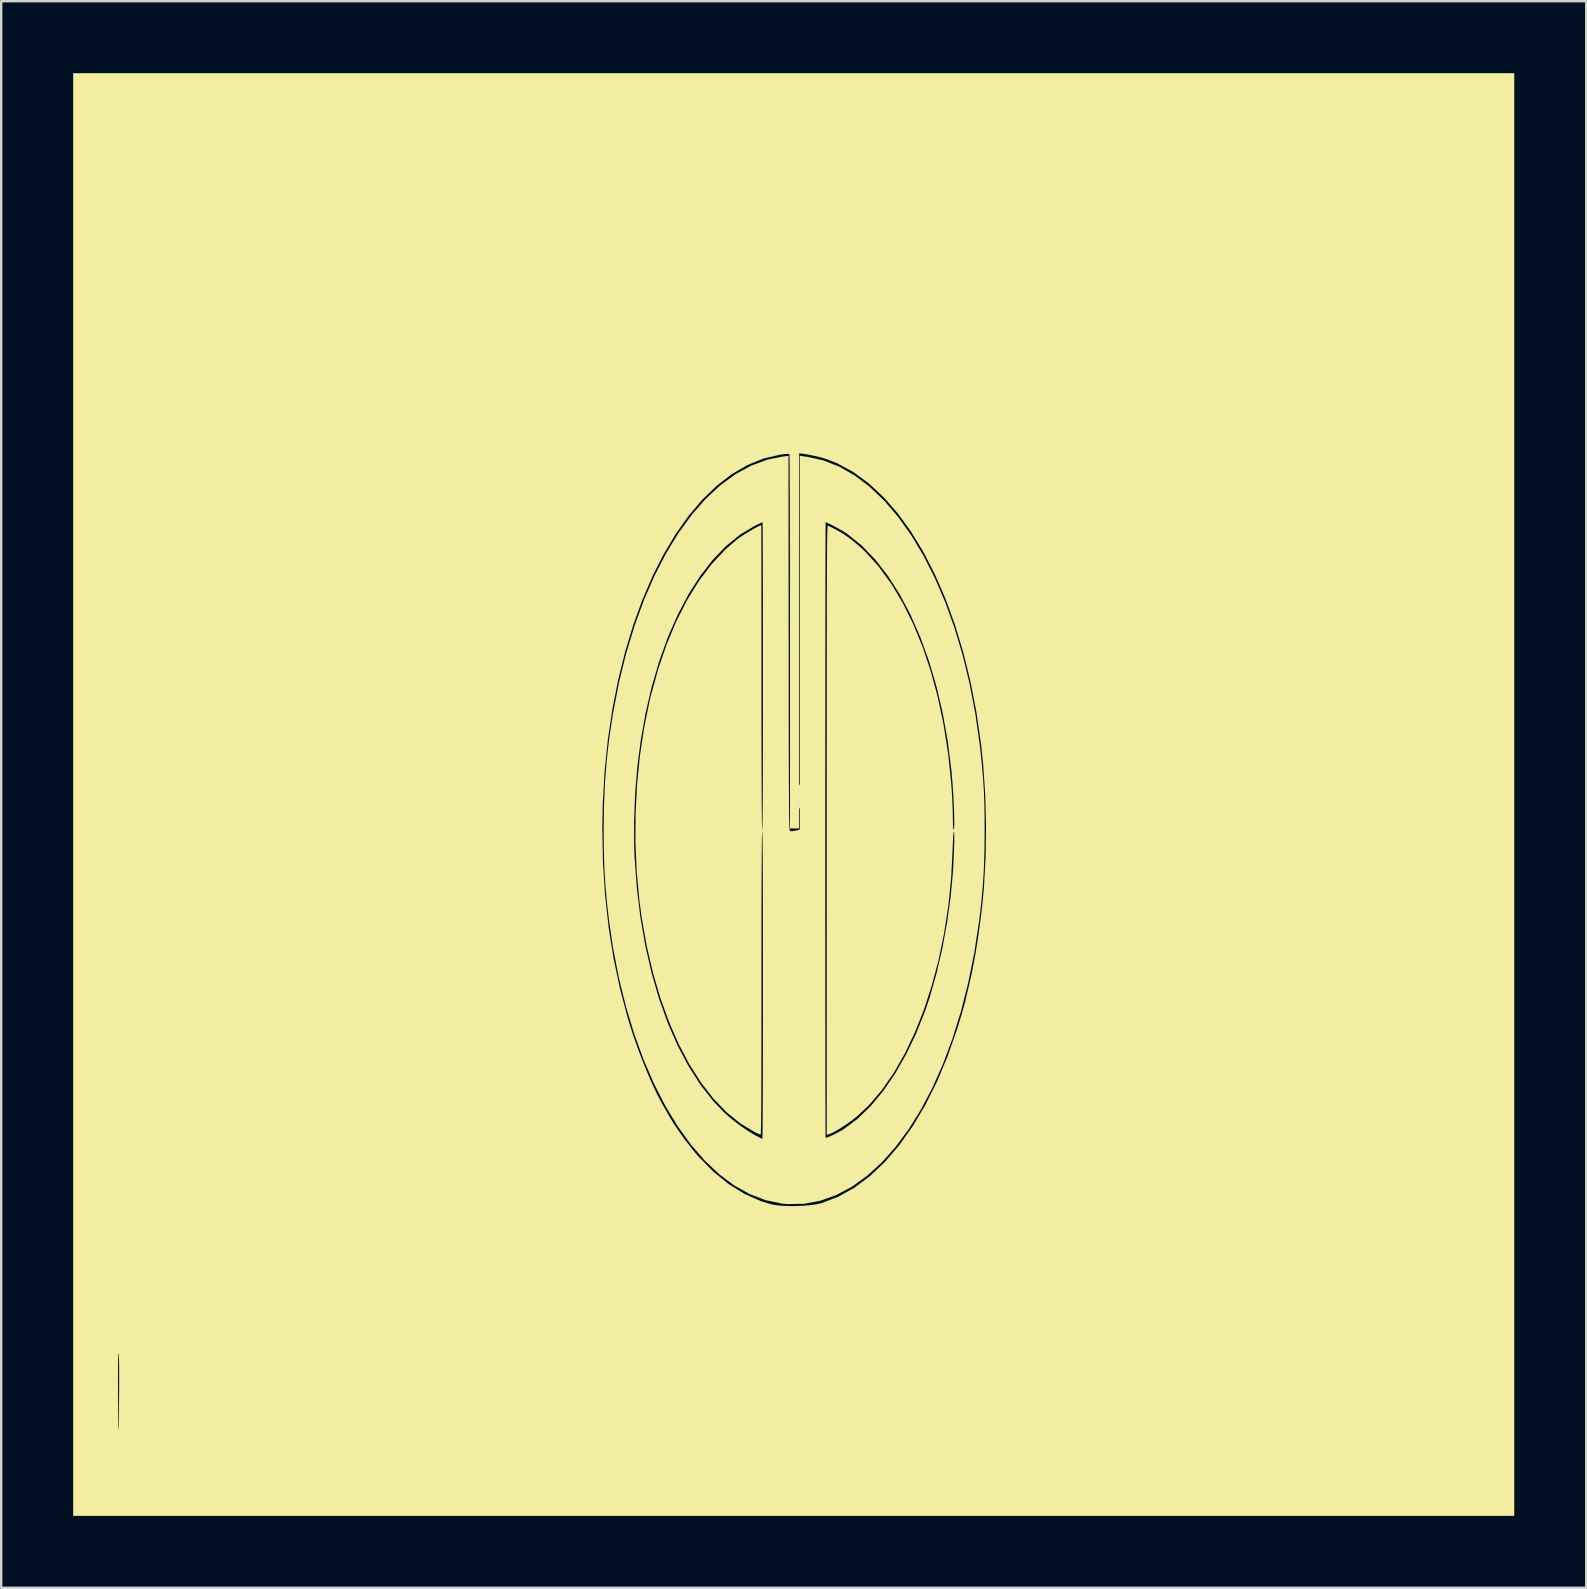
<source format=kicad_pcb>
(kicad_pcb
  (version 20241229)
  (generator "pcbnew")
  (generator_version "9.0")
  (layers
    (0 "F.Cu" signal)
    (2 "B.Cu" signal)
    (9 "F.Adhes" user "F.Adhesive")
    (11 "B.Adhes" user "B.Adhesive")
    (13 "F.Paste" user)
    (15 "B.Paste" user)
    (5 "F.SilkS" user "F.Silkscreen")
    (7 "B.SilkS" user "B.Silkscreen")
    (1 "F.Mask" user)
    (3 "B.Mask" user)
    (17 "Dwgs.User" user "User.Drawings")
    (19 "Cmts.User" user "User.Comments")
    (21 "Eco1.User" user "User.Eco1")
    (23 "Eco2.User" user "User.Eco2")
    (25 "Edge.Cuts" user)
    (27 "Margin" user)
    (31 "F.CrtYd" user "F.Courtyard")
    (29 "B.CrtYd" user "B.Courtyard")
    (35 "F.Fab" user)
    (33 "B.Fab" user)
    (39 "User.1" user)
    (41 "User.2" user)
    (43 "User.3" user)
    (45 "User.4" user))
  (footprint "kaux"
    (layer "F.Cu")
    (at 30.03 30.063)
    (property "Reference" "kaux" (at 0 0 0) (layer "F.SilkS") (effects (font (size 1.524 1.524) (thickness 0.3))))
    (attr board_only exclude_from_pos_files exclude_from_bom)
    (fp_poly (pts (xy 30.03 30.063) (xy -30.03 30.063) (xy -30.03 24.222) (xy -28.161 24.222) (xy -28.16 24.734) (xy -28.16 24.817) (xy -28.157 25.24) (xy -28.155 25.623) (xy -28.154 25.948) (xy -28.153 26.199) (xy -28.152 26.358) (xy -28.152 26.407) (xy -28.142 26.441) (xy -28.139 26.436) (xy -28.135 26.37) (xy -28.13 26.198) (xy -28.126 25.936) (xy -28.122 25.601) (xy -28.118 25.211) (xy -28.115 24.846) (xy -28.113 24.312) (xy -28.114 23.885) (xy -28.118 23.57) (xy -28.125 23.368) (xy -28.135 23.285) (xy -28.137 23.283) (xy -28.147 23.344) (xy -28.155 23.523) (xy -28.16 23.817) (xy -28.161 24.222) (xy -30.03 24.222) (xy -30.03 1.442) (xy -7.978 1.442) (xy -7.95 2.844) (xy -7.862 4.209) (xy -7.714 5.539) (xy -7.507 6.836) (xy -7.239 8.102) (xy -6.91 9.34) (xy -6.85 9.54) (xy -6.689 10.041) (xy -6.501 10.572) (xy -6.298 11.108) (xy -6.086 11.628) (xy -5.877 12.109) (xy -5.679 12.526) (xy -5.507 12.85) (xy -5.43 12.984) (xy -5.327 13.164) (xy -5.219 13.354) (xy -5.206 13.377) (xy -5.005 13.708) (xy -4.764 14.068) (xy -4.498 14.436) (xy -4.222 14.789) (xy -3.988 15.068) (xy -3.368 15.703) (xy -2.72 16.231) (xy -2.047 16.648) (xy -1.356 16.953) (xy -0.907 17.086) (xy -0.709 17.121) (xy -0.464 17.143) (xy -0.187 17.153) (xy 0.106 17.152) (xy 0.401 17.139) (xy 0.681 17.115) (xy 0.932 17.081) (xy 1.138 17.036) (xy 1.157 17.031) (xy 1.853 16.766) (xy 2.529 16.388) (xy 3.18 15.901) (xy 3.804 15.31) (xy 4.398 14.617) (xy 4.958 13.827) (xy 5.483 12.945) (xy 5.969 11.973) (xy 6.412 10.917) (xy 6.81 9.779) (xy 6.923 9.412) (xy 7.006 9.131) (xy 7.077 8.888) (xy 7.13 8.701) (xy 7.159 8.591) (xy 7.163 8.571) (xy 7.176 8.503) (xy 7.211 8.35) (xy 7.262 8.139) (xy 7.298 7.993) (xy 7.435 7.383) (xy 7.567 6.683) (xy 7.689 5.926) (xy 7.796 5.144) (xy 7.883 4.37) (xy 7.929 3.853) (xy 7.998 2.601) (xy 8.016 1.315) (xy 7.982 0.023) (xy 7.897 -1.245) (xy 7.808 -2.091) (xy 7.617 -3.417) (xy 7.371 -4.69) (xy 7.073 -5.906) (xy 6.726 -7.059) (xy 6.331 -8.145) (xy 5.893 -9.158) (xy 5.413 -10.094) (xy 4.895 -10.948) (xy 4.341 -11.713) (xy 3.754 -12.386) (xy 3.137 -12.962) (xy 2.492 -13.435) (xy 1.821 -13.801) (xy 1.349 -13.986) (xy 1.217 -14.026) (xy 1.06 -14.067) (xy 0.89 -14.107) (xy 0.718 -14.144) (xy 0.555 -14.175) (xy 0.413 -14.199) (xy 0.304 -14.212) (xy 0.239 -14.213) (xy 0.226 -14.207) (xy 0.225 -14.145) (xy 0.224 -13.968) (xy 0.223 -13.682) (xy 0.223 -13.295) (xy 0.222 -12.815) (xy 0.221 -12.249) (xy 0.22 -11.604) (xy 0.22 -10.888) (xy 0.219 -10.107) (xy 0.219 -9.269) (xy 0.219 -8.382) (xy 0.219 -7.452) (xy 0.219 -6.487) (xy 0.219 -6.39) (xy 0.219 1.411) (xy -0.156 1.411) (xy -0.156 -6.377) (xy -0.157 -7.344) (xy -0.157 -8.278) (xy -0.158 -9.169) (xy -0.159 -10.012) (xy -0.161 -10.799) (xy -0.162 -11.522) (xy -0.164 -12.174) (xy -0.166 -12.749) (xy -0.169 -13.237) (xy -0.171 -13.633) (xy -0.174 -13.929) (xy -0.177 -14.118) (xy -0.18 -14.191) (xy -0.18 -14.192) (xy -0.219 -14.198) (xy -0.306 -14.195) (xy -0.43 -14.183) (xy -0.563 -14.165) (xy -1.26 -14.003) (xy -1.936 -13.728) (xy -2.589 -13.347) (xy -3.216 -12.863) (xy -3.816 -12.283) (xy -4.385 -11.612) (xy -4.921 -10.854) (xy -5.423 -10.014) (xy -5.887 -9.098) (xy -6.311 -8.11) (xy -6.692 -7.056) (xy -7.029 -5.941) (xy -7.319 -4.77) (xy -7.559 -3.547) (xy -7.748 -2.278) (xy -7.882 -0.969) (xy -7.959 0.377) (xy -7.978 1.442) (xy -30.03 1.442) (xy -30.03 -30.063) (xy 30.03 -30.063)) (stroke (width 0) (type solid)) (fill yes) (layer "F.SilkS"))
    (fp_poly (pts (xy 0.54 -14.077) (xy 1.229 -13.927) (xy 1.901 -13.662) (xy 2.553 -13.288) (xy 3.182 -12.81) (xy 3.785 -12.232) (xy 4.36 -11.559) (xy 4.902 -10.797) (xy 5.41 -9.95) (xy 5.881 -9.023) (xy 6.311 -8.021) (xy 6.698 -6.949) (xy 7.039 -5.811) (xy 7.33 -4.614) (xy 7.57 -3.36) (xy 7.755 -2.057) (xy 7.787 -1.779) (xy 7.848 -1.174) (xy 7.894 -0.631) (xy 7.926 -0.112) (xy 7.946 0.42) (xy 7.955 1.002) (xy 7.956 1.626) (xy 7.947 2.41) (xy 7.924 3.116) (xy 7.883 3.783) (xy 7.823 4.453) (xy 7.74 5.167) (xy 7.727 5.27) (xy 7.526 6.587) (xy 7.272 7.846) (xy 6.968 9.043) (xy 6.616 10.173) (xy 6.219 11.234) (xy 5.781 12.22) (xy 5.303 13.127) (xy 4.79 13.952) (xy 4.243 14.689) (xy 3.666 15.336) (xy 3.062 15.887) (xy 2.434 16.339) (xy 1.784 16.687) (xy 1.115 16.928) (xy 0.431 17.057) (xy -0.267 17.069) (xy -0.469 17.051) (xy -1.156 16.912) (xy -1.827 16.657) (xy -2.478 16.293) (xy -3.107 15.823) (xy -3.712 15.252) (xy -4.288 14.586) (xy -4.833 13.829) (xy -5.344 12.986) (xy -5.818 12.062) (xy -6.252 11.061) (xy -6.643 9.989) (xy -6.988 8.851) (xy -7.285 7.65) (xy -7.529 6.393) (xy -7.694 5.283) (xy -7.785 4.499) (xy -7.851 3.758) (xy -7.894 3.018) (xy -7.916 2.236) (xy -7.922 1.564) (xy -7.916 1.087) (xy -6.654 1.087) (xy -6.649 2.201) (xy -6.631 2.647) (xy -6.537 3.92) (xy -6.386 5.15) (xy -6.179 6.331) (xy -5.92 7.459) (xy -5.609 8.527) (xy -5.249 9.529) (xy -4.842 10.461) (xy -4.389 11.316) (xy -3.893 12.089) (xy -3.356 12.774) (xy -2.93 13.224) (xy -2.705 13.428) (xy -2.447 13.637) (xy -2.174 13.84) (xy -1.899 14.026) (xy -1.64 14.184) (xy -1.413 14.303) (xy -1.306 14.348) (xy -1.303 14.289) (xy -1.3 14.115) (xy -1.297 13.835) (xy -1.294 13.457) (xy -1.292 12.987) (xy -1.289 12.435) (xy -1.287 11.809) (xy -1.286 11.115) (xy -1.284 10.364) (xy -1.283 9.561) (xy -1.283 8.717) (xy -1.283 7.945) (xy -1.283 6.773) (xy -1.284 5.716) (xy -1.285 4.777) (xy -1.287 3.956) (xy -1.29 3.253) (xy -1.292 2.877) (xy 1.314 2.877) (xy 1.314 3.952) (xy 1.314 5.011) (xy 1.315 6.048) (xy 1.315 7.055) (xy 1.315 8.025) (xy 1.316 8.951) (xy 1.317 9.827) (xy 1.318 10.645) (xy 1.318 11.399) (xy 1.319 12.082) (xy 1.321 12.687) (xy 1.322 13.206) (xy 1.323 13.633) (xy 1.325 13.962) (xy 1.326 14.184) (xy 1.328 14.293) (xy 1.329 14.304) (xy 1.364 14.302) (xy 1.446 14.273) (xy 1.562 14.223) (xy 1.698 14.159) (xy 1.842 14.085) (xy 1.979 14.01) (xy 2.08 13.949) (xy 2.645 13.53) (xy 3.195 13) (xy 3.721 12.368) (xy 4.219 11.644) (xy 4.682 10.838) (xy 5.103 9.96) (xy 5.477 9.019) (xy 5.668 8.454) (xy 5.951 7.461) (xy 6.194 6.413) (xy 6.393 5.331) (xy 6.544 4.234) (xy 6.644 3.144) (xy 6.69 2.081) (xy 6.692 2.009) (xy 6.692 1.739) (xy 6.686 1.584) (xy 6.676 1.535) (xy 6.662 1.586) (xy 6.647 1.728) (xy 6.634 1.956) (xy 6.623 2.261) (xy 6.622 2.285) (xy 6.561 3.483) (xy 6.44 4.659) (xy 6.263 5.804) (xy 6.033 6.91) (xy 5.751 7.971) (xy 5.421 8.978) (xy 5.046 9.923) (xy 4.628 10.799) (xy 4.171 11.598) (xy 3.676 12.312) (xy 3.147 12.934) (xy 2.625 13.424) (xy 2.449 13.562) (xy 2.252 13.705) (xy 2.048 13.842) (xy 1.852 13.965) (xy 1.679 14.064) (xy 1.544 14.128) (xy 1.509 14.141) (xy 1.376 14.183) (xy 1.376 1.474) (xy 1.376 0.003) (xy 1.376 -1.35) (xy 1.377 -2.591) (xy 1.377 -3.723) (xy 1.377 -4.752) (xy 1.378 -5.682) (xy 1.378 -6.52) (xy 1.379 -7.269) (xy 1.38 -7.934) (xy 1.381 -8.52) (xy 1.383 -9.033) (xy 1.385 -9.477) (xy 1.387 -9.856) (xy 1.389 -10.177) (xy 1.392 -10.443) (xy 1.395 -10.66) (xy 1.398 -10.832) (xy 1.402 -10.965) (xy 1.406 -11.063) (xy 1.41 -11.131) (xy 1.415 -11.174) (xy 1.421 -11.197) (xy 1.427 -11.205) (xy 1.431 -11.204) (xy 1.486 -11.175) (xy 1.583 -11.127) (xy 1.704 -11.068) (xy 1.739 -11.051) (xy 2.076 -10.859) (xy 2.44 -10.597) (xy 2.813 -10.278) (xy 2.977 -10.122) (xy 3.538 -9.502) (xy 4.06 -8.789) (xy 4.541 -7.989) (xy 4.978 -7.108) (xy 5.37 -6.153) (xy 5.713 -5.13) (xy 6.007 -4.044) (xy 6.247 -2.903) (xy 6.434 -1.712) (xy 6.563 -0.478) (xy 6.586 -0.159) (xy 6.606 0.18) (xy 6.621 0.535) (xy 6.63 0.853) (xy 6.632 0.993) (xy 6.636 1.251) (xy 6.647 1.415) (xy 6.665 1.472) (xy 6.682 1.415) (xy 6.69 1.255) (xy 6.69 1.011) (xy 6.683 0.701) (xy 6.668 0.345) (xy 6.647 -0.039) (xy 6.621 -0.433) (xy 6.59 -0.817) (xy 6.571 -1.016) (xy 6.418 -2.23) (xy 6.209 -3.4) (xy 5.946 -4.518) (xy 5.632 -5.578) (xy 5.271 -6.574) (xy 4.864 -7.5) (xy 4.415 -8.349) (xy 3.926 -9.114) (xy 3.401 -9.79) (xy 2.842 -10.37) (xy 2.252 -10.847) (xy 2.174 -10.9) (xy 2.077 -10.961) (xy 1.949 -11.036) (xy 1.805 -11.116) (xy 1.659 -11.195) (xy 1.524 -11.265) (xy 1.415 -11.318) (xy 1.346 -11.347) (xy 1.332 -11.35) (xy 1.33 -11.29) (xy 1.328 -11.114) (xy 1.327 -10.829) (xy 1.325 -10.443) (xy 1.324 -9.961) (xy 1.322 -9.391) (xy 1.321 -8.74) (xy 1.32 -8.015) (xy 1.319 -7.223) (xy 1.318 -6.37) (xy 1.317 -5.464) (xy 1.316 -4.511) (xy 1.316 -3.519) (xy 1.315 -2.494) (xy 1.315 -1.443) (xy 1.314 -0.374) (xy 1.314 0.707) (xy 1.314 1.793) (xy 1.314 2.877) (xy -1.292 2.877) (xy -1.293 2.67) (xy -1.297 2.206) (xy -1.301 1.863) (xy -1.306 1.64) (xy -1.312 1.54) (xy -1.314 1.534) (xy -1.32 1.595) (xy -1.325 1.778) (xy -1.329 2.083) (xy -1.333 2.508) (xy -1.337 3.053) (xy -1.34 3.718) (xy -1.342 4.501) (xy -1.344 5.402) (xy -1.345 6.42) (xy -1.345 7.555) (xy -1.345 7.853) (xy -1.345 8.959) (xy -1.346 9.946) (xy -1.347 10.819) (xy -1.349 11.581) (xy -1.351 12.236) (xy -1.353 12.788) (xy -1.356 13.242) (xy -1.36 13.601) (xy -1.365 13.87) (xy -1.369 14.051) (xy -1.375 14.15) (xy -1.38 14.172) (xy -1.426 14.158) (xy -1.514 14.121) (xy -1.606 14.078) (xy -2.213 13.716) (xy -2.793 13.247) (xy -3.343 12.676) (xy -3.861 12.008) (xy -4.344 11.251) (xy -4.789 10.41) (xy -5.192 9.49) (xy -5.551 8.498) (xy -5.863 7.439) (xy -6.125 6.32) (xy -6.334 5.146) (xy -6.429 4.442) (xy -6.543 3.241) (xy -6.596 2.02) (xy -6.591 0.792) (xy -6.528 -0.432) (xy -6.407 -1.639) (xy -6.229 -2.815) (xy -5.995 -3.95) (xy -5.958 -4.1) (xy -5.651 -5.218) (xy -5.295 -6.259) (xy -4.892 -7.221) (xy -4.445 -8.101) (xy -3.954 -8.894) (xy -3.422 -9.598) (xy -2.851 -10.21) (xy -2.357 -10.637) (xy -2.257 -10.709) (xy -2.123 -10.798) (xy -1.969 -10.894) (xy -1.807 -10.991) (xy -1.652 -11.081) (xy -1.516 -11.155) (xy -1.412 -11.206) (xy -1.354 -11.227) (xy -1.353 -11.227) (xy -1.352 -11.167) (xy -1.351 -10.993) (xy -1.35 -10.711) (xy -1.349 -10.332) (xy -1.348 -9.862) (xy -1.347 -9.309) (xy -1.347 -8.683) (xy -1.346 -7.99) (xy -1.346 -7.239) (xy -1.345 -6.438) (xy -1.345 -5.595) (xy -1.345 -4.878) (xy -1.345 -3.711) (xy -1.344 -2.661) (xy -1.342 -1.728) (xy -1.34 -0.913) (xy -1.338 -0.216) (xy -1.334 0.362) (xy -1.33 0.82) (xy -1.326 1.157) (xy -1.321 1.374) (xy -1.315 1.468) (xy -1.314 1.472) (xy -1.308 1.411) (xy -1.303 1.228) (xy -1.298 0.923) (xy -1.294 0.498) (xy -1.291 -0.047) (xy -1.288 -0.712) (xy -1.286 -1.495) (xy -1.284 -2.397) (xy -1.283 -3.416) (xy -1.283 -4.551) (xy -1.283 -4.939) (xy -1.283 -5.815) (xy -1.283 -6.655) (xy -1.284 -7.452) (xy -1.285 -8.198) (xy -1.286 -8.884) (xy -1.288 -9.503) (xy -1.29 -10.046) (xy -1.292 -10.506) (xy -1.294 -10.874) (xy -1.296 -11.143) (xy -1.298 -11.304) (xy -1.3 -11.35) (xy -1.336 -11.336) (xy -1.419 -11.298) (xy -1.535 -11.242) (xy -1.625 -11.197) (xy -2.236 -10.832) (xy -2.82 -10.358) (xy -3.375 -9.782) (xy -3.897 -9.11) (xy -4.384 -8.347) (xy -4.833 -7.499) (xy -5.24 -6.572) (xy -5.602 -5.572) (xy -5.915 -4.505) (xy -6.178 -3.377) (xy -6.37 -2.301) (xy -6.514 -1.192) (xy -6.609 -0.054) (xy -6.654 1.087) (xy -7.916 1.087) (xy -7.909 0.504) (xy -7.867 -0.479) (xy -7.795 -1.418) (xy -7.688 -2.348) (xy -7.544 -3.304) (xy -7.532 -3.374) (xy -7.285 -4.653) (xy -6.985 -5.871) (xy -6.636 -7.024) (xy -6.241 -8.108) (xy -5.801 -9.117) (xy -5.322 -10.047) (xy -4.805 -10.893) (xy -4.254 -11.652) (xy -3.672 -12.317) (xy -3.061 -12.885) (xy -2.425 -13.351) (xy -1.767 -13.71) (xy -1.09 -13.958) (xy -0.508 -14.077) (xy -0.219 -14.115) (xy -0.211 -6.307) (xy -0.21 -5.168) (xy -0.209 -4.145) (xy -0.208 -3.233) (xy -0.207 -2.424) (xy -0.205 -1.713) (xy -0.204 -1.093) (xy -0.202 -0.558) (xy -0.2 -0.102) (xy -0.198 0.282) (xy -0.195 0.6) (xy -0.192 0.858) (xy -0.188 1.062) (xy -0.184 1.22) (xy -0.179 1.336) (xy -0.174 1.418) (xy -0.168 1.471) (xy -0.161 1.502) (xy -0.153 1.518) (xy -0.144 1.524) (xy -0.081 1.529) (xy 0.018 1.518) (xy 0.082 1.505) (xy 0.25 1.464) (xy 0.25 -14.116)) (stroke (width 0) (type solid)) (fill yes) (layer "F.SilkS")))
  (gr_rect
    (start -3 -3)
    (end 63.059 63.126)
    (stroke (width 0.1) (type default))
    (fill no)
    (layer "Edge.Cuts")))
</source>
